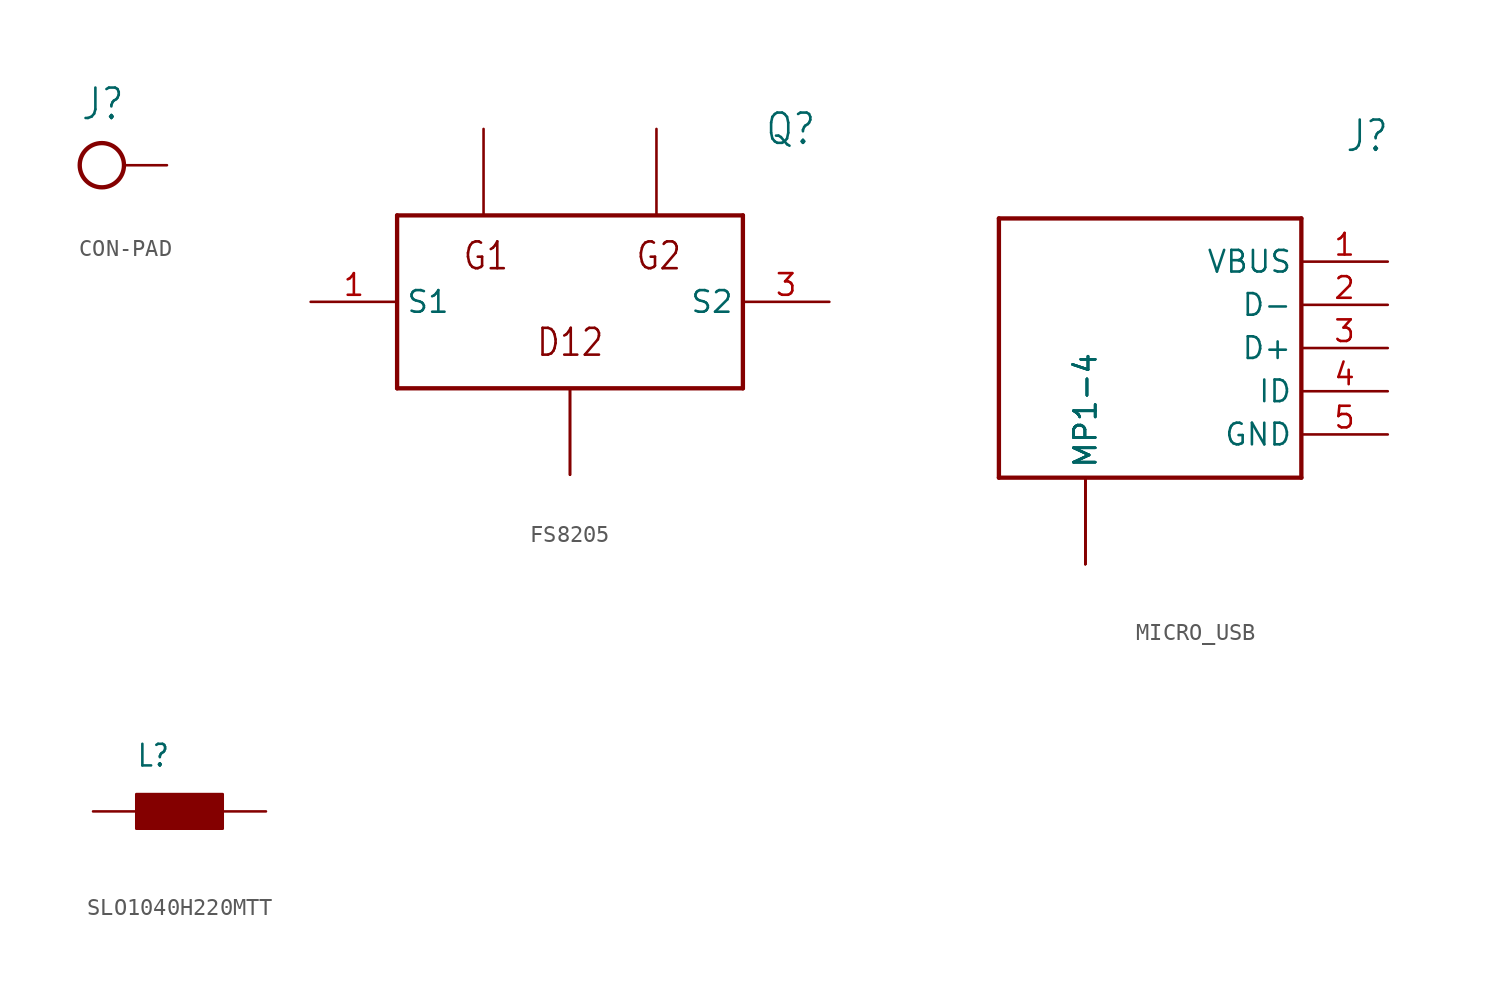
<source format=kicad_sym>
(kicad_symbol_lib
  (version 20220914)
  (generator kicad_symbol_editor)
  (symbol "CON-PAD"
    (property "Reference" "J"
      (at -2.54 2.54 0)
      (effects (font (size 1.778 1.511)) (justify left bottom)))
    (property "Value" ""
      (at -2.54 -2.54 0)
      (effects (font (size 1.778 1.511)) (justify left top)))
    (property "ki_locked" ""
      (at 0 0 0)
      (effects (font (size 1.27 1.27))))
    (symbol "CON-PAD_1_0"
      (circle (center -1.27 0) (radius 1.295) (stroke (width 0.254) (type solid)) (fill (type none)))
      (pin bidirectional line (at 2.54 0 180) (length 2.54) (name "1" (effects (font (size 0 0)))) (number "1" (effects (font (size 0 0)))))))
  (symbol "FS8205"
    (property "Reference" "Q"
      (at 11.43 10.16 0)
      (effects (font (size 1.778 1.511)) (justify left)))
    (property "Value" ""
      (at 11.43 7.62 0)
      (effects (font (size 1.778 1.511)) (justify left)))
    (property "ki_locked" ""
      (at 0 0 0)
      (effects (font (size 1.27 1.27))))
    (symbol "FS8205_1_0"
      (polyline (pts (xy -10.16 5.08) (xy -10.16 -5.08)) (stroke (width 0.254) (type solid)) (fill (type none)))
      (polyline (pts (xy -10.16 5.08) (xy 10.16 5.08)) (stroke (width 0.254) (type solid)) (fill (type none)))
      (polyline (pts (xy 10.16 -5.08) (xy -10.16 -5.08)) (stroke (width 0.254) (type solid)) (fill (type none)))
      (polyline (pts (xy 10.16 -5.08) (xy 10.16 5.08)) (stroke (width 0.254) (type solid)) (fill (type none)))
      (text "D12" (at -2.032 -3.302 0) (effects (font (size 1.575 1.339)) (justify left bottom)))
      (text "G1" (at -6.35 1.778 0) (effects (font (size 1.575 1.339)) (justify left bottom)))
      (text "G2" (at 3.81 1.778 0) (effects (font (size 1.575 1.339)) (justify left bottom)))
      (pin bidirectional line (at -15.24 0 0) (length 5.08) (name "S1" (effects (font (size 1.27 1.27)))) (number "1" (effects (font (size 1.27 1.27)))))
      (pin bidirectional line (at 0 -10.16 90) (length 5.08) (name "D12" (effects (font (size 0 0)))) (number "2" (effects (font (size 0 0)))))
      (pin bidirectional line (at 15.24 0 180) (length 5.08) (name "S2" (effects (font (size 1.27 1.27)))) (number "3" (effects (font (size 1.27 1.27)))))
      (pin bidirectional line (at 5.08 10.16 270) (length 5.08) (name "G2" (effects (font (size 0 0)))) (number "4" (effects (font (size 0 0)))))
      (pin bidirectional line (at 0 -10.16 90) (length 5.08) (name "D12" (effects (font (size 0 0)))) (number "5" (effects (font (size 0 0)))))
      (pin bidirectional line (at -5.08 10.16 270) (length 5.08) (name "G1" (effects (font (size 0 0)))) (number "6" (effects (font (size 0 0)))))))
  (symbol "MICRO_USB"
    (property "Reference" "J"
      (at 12.7 11.43 0)
      (effects (font (size 1.778 1.511)) (justify left bottom)))
    (property "Value" ""
      (at 12.7 8.89 0)
      (effects (font (size 1.778 1.511)) (justify left bottom)))
    (property "ki_locked" ""
      (at 0 0 0)
      (effects (font (size 1.27 1.27))))
    (symbol "MICRO_USB_1_0"
      (polyline (pts (xy -7.62 -7.62) (xy -7.62 7.62)) (stroke (width 0.254) (type solid)) (fill (type none)))
      (polyline (pts (xy -7.62 7.62) (xy 10.16 7.62)) (stroke (width 0.254) (type solid)) (fill (type none)))
      (polyline (pts (xy 10.16 -7.62) (xy -7.62 -7.62)) (stroke (width 0.254) (type solid)) (fill (type none)))
      (polyline (pts (xy 10.16 7.62) (xy 10.16 -7.62)) (stroke (width 0.254) (type solid)) (fill (type none)))
      (pin bidirectional line (at 15.24 5.08 180) (length 5.08) (name "VBUS" (effects (font (size 1.27 1.27)))) (number "1" (effects (font (size 1.27 1.27)))))
      (pin bidirectional line (at 15.24 2.54 180) (length 5.08) (name "D-" (effects (font (size 1.27 1.27)))) (number "2" (effects (font (size 1.27 1.27)))))
      (pin bidirectional line (at 15.24 0 180) (length 5.08) (name "D+" (effects (font (size 1.27 1.27)))) (number "3" (effects (font (size 1.27 1.27)))))
      (pin bidirectional line (at 15.24 -2.54 180) (length 5.08) (name "ID" (effects (font (size 1.27 1.27)))) (number "4" (effects (font (size 1.27 1.27)))))
      (pin bidirectional line (at 15.24 -5.08 180) (length 5.08) (name "GND" (effects (font (size 1.27 1.27)))) (number "5" (effects (font (size 1.27 1.27)))))
      (pin bidirectional line (at -2.54 -12.7 90) (length 5.08) (name "MP1-4" (effects (font (size 1.27 1.27)))) (number "MP1" (effects (font (size 0 0)))))
      (pin bidirectional line (at -2.54 -12.7 90) (length 5.08) (name "MP1-4" (effects (font (size 1.27 1.27)))) (number "MP2" (effects (font (size 0 0)))))
      (pin bidirectional line (at -2.54 -12.7 90) (length 5.08) (name "MP1-4" (effects (font (size 1.27 1.27)))) (number "MP3" (effects (font (size 0 0)))))
      (pin bidirectional line (at -2.54 -12.7 90) (length 5.08) (name "MP1-4" (effects (font (size 1.27 1.27)))) (number "MP4" (effects (font (size 0 0)))))))
  (symbol "SLO1040H220MTT"
    (property "Reference" "L"
      (at -2.54 2.54 0)
      (effects (font (size 1.27 1.079)) (justify left bottom)))
    (property "Value" ""
      (at -2.54 -3.81 0)
      (effects (font (size 1.27 1.079)) (justify left bottom)))
    (property "ki_locked" ""
      (at 0 0 0)
      (effects (font (size 1.27 1.27))))
    (symbol "SLO1040H220MTT_1_0"
      (rectangle (start -2.54 -1.016) (end 2.54 1.016) (stroke (width 0) (type default)) (fill (type outline)))
      (pin bidirectional line (at -5.08 0 0) (length 2.54) (name "P$1" (effects (font (size 0 0)))) (number "1" (effects (font (size 0 0)))))
      (pin bidirectional line (at 5.08 0 180) (length 2.54) (name "P$2" (effects (font (size 0 0)))) (number "2" (effects (font (size 0 0))))))))
</source>
